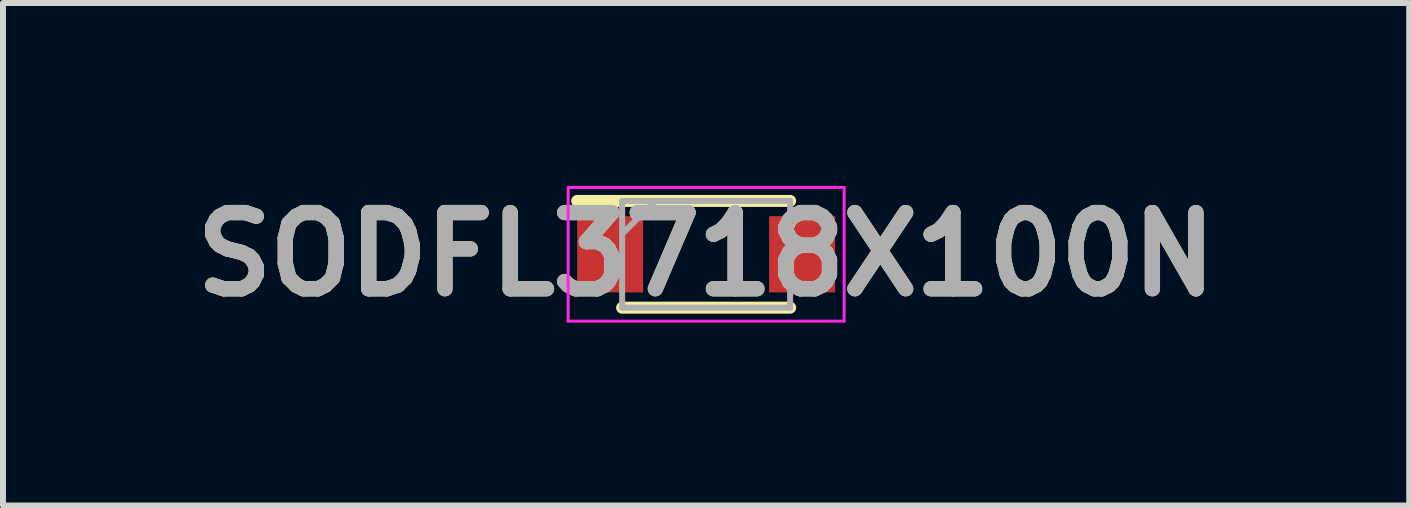
<source format=kicad_pcb>
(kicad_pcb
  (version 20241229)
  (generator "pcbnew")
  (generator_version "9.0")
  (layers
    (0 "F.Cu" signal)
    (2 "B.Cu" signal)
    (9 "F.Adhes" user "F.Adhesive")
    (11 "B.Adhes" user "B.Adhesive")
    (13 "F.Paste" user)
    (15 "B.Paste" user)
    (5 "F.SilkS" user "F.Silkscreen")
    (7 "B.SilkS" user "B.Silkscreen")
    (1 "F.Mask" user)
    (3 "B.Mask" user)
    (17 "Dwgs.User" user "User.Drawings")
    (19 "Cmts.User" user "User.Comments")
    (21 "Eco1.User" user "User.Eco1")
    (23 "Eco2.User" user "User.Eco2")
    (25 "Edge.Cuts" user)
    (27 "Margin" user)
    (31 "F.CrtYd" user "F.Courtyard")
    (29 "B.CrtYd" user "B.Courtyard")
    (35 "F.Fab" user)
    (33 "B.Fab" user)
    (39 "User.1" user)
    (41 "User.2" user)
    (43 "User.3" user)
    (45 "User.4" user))
  (footprint "SODFL3718X100N"
    (layer "F.Cu")
    (at 8.721 1.189)
    (property "Reference" "SODFL3718X100N" (at 0 0 0) (layer "F.SilkS") (effects (font (size 1.27 1.27) (thickness 0.254))))
    (attr smd)
    (fp_line (start -2.15 -0.89) (end 1.4 -0.89) (stroke (width 0.2) (type solid)) (layer "F.SilkS"))
    (fp_line (start -1.4 0.89) (end 1.4 0.89) (stroke (width 0.2) (type solid)) (layer "F.SilkS"))
    (fp_line (start -2.3 -1.115) (end 2.3 -1.115) (stroke (width 0.05) (type solid)) (layer "F.CrtYd"))
    (fp_line (start -2.3 1.115) (end -2.3 -1.115) (stroke (width 0.05) (type solid)) (layer "F.CrtYd"))
    (fp_line (start 2.3 -1.115) (end 2.3 1.115) (stroke (width 0.05) (type solid)) (layer "F.CrtYd"))
    (fp_line (start 2.3 1.115) (end -2.3 1.115) (stroke (width 0.05) (type solid)) (layer "F.CrtYd"))
    (fp_line (start -1.4 -0.89) (end 1.4 -0.89) (stroke (width 0.1) (type solid)) (layer "F.Fab"))
    (fp_line (start -1.4 -0.34) (end -0.85 -0.89) (stroke (width 0.1) (type solid)) (layer "F.Fab"))
    (fp_line (start -1.4 0.89) (end -1.4 -0.89) (stroke (width 0.1) (type solid)) (layer "F.Fab"))
    (fp_line (start 1.4 -0.89) (end 1.4 0.89) (stroke (width 0.1) (type solid)) (layer "F.Fab"))
    (fp_line (start 1.4 0.89) (end -1.4 0.89) (stroke (width 0.1) (type solid)) (layer "F.Fab"))
    (fp_text user "${REFERENCE}" (at 0 0 0) (layer "F.Fab") (effects (font (size 1.27 1.27) (thickness 0.254))))
    (pad "1" smd rect (at -1.6 0) (size 1.1 1.27) (layers "F.Cu" "F.Mask" "F.Paste"))
    (pad "2" smd rect (at 1.6 0) (size 1.1 1.27) (layers "F.Cu" "F.Mask" "F.Paste")))
  (gr_rect
    (start -3 -3)
    (end 20.441 5.377)
    (stroke (width 0.1) (type default))
    (fill no)
    (layer "Edge.Cuts")))
</source>
